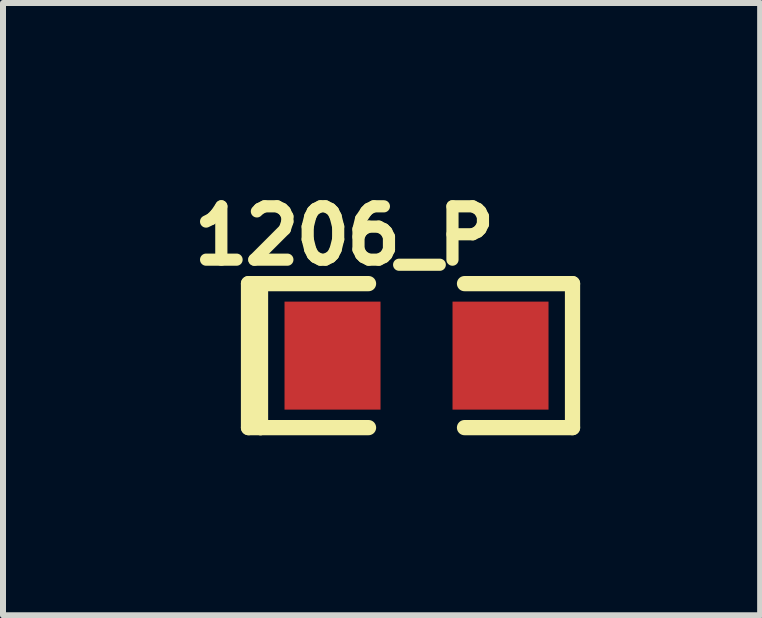
<source format=kicad_pcb>
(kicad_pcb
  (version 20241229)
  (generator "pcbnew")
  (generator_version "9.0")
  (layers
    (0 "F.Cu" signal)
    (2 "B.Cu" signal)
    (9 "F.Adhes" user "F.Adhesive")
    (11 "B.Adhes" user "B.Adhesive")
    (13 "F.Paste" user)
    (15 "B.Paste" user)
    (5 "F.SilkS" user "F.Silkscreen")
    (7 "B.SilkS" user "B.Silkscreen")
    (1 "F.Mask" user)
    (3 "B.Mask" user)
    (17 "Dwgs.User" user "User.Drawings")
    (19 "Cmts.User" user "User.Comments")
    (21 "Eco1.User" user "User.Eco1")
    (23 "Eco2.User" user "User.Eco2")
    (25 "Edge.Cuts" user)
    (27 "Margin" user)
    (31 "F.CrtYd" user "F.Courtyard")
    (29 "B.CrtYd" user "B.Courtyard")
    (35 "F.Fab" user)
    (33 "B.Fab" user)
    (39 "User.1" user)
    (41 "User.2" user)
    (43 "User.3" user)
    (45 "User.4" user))
  (footprint "1206_P"
    (layer "F.Cu")
    (at 2.492 2.877)
    (property "Reference" "1206_P" (at 0.2 -2 0) (layer "F.SilkS") (effects (font (size 0.889 0.889) (thickness 0.203))))
    (attr through_hole)
    (fp_line (start -1.4 -1.2) (end -1.4 1.2) (stroke (width 0.254) (type solid)) (layer "F.SilkS"))
    (fp_line (start -1.4 1.2) (end -1.2 1.2) (stroke (width 0.254) (type solid)) (layer "F.SilkS"))
    (fp_line (start -1.2 -1.2) (end -1.4 -1.2) (stroke (width 0.254) (type solid)) (layer "F.SilkS"))
    (fp_line (start -1.2 -1.2) (end -1.2 1.2) (stroke (width 0.254) (type solid)) (layer "F.SilkS"))
    (fp_line (start -1.2 1.2) (end 0.6 1.2) (stroke (width 0.254) (type solid)) (layer "F.SilkS"))
    (fp_line (start 0.6 -1.2) (end -1.2 -1.2) (stroke (width 0.254) (type solid)) (layer "F.SilkS"))
    (fp_line (start 2.2 -1.2) (end 4 -1.2) (stroke (width 0.254) (type solid)) (layer "F.SilkS"))
    (fp_line (start 4 -1.2) (end 4 1.2) (stroke (width 0.254) (type solid)) (layer "F.SilkS"))
    (fp_line (start 4 1.2) (end 2.2 1.2) (stroke (width 0.254) (type solid)) (layer "F.SilkS"))
    (pad "1" smd rect (at 0 0) (size 1.6 1.8) (layers "F.Cu" "F.Mask" "F.Paste"))
    (pad "2" smd rect (at 2.8 0) (size 1.6 1.8) (layers "F.Cu" "F.Mask" "F.Paste")))
  (gr_rect
    (start -3 -3)
    (end 9.619 7.204)
    (stroke (width 0.1) (type default))
    (fill no)
    (layer "Edge.Cuts")))
</source>
